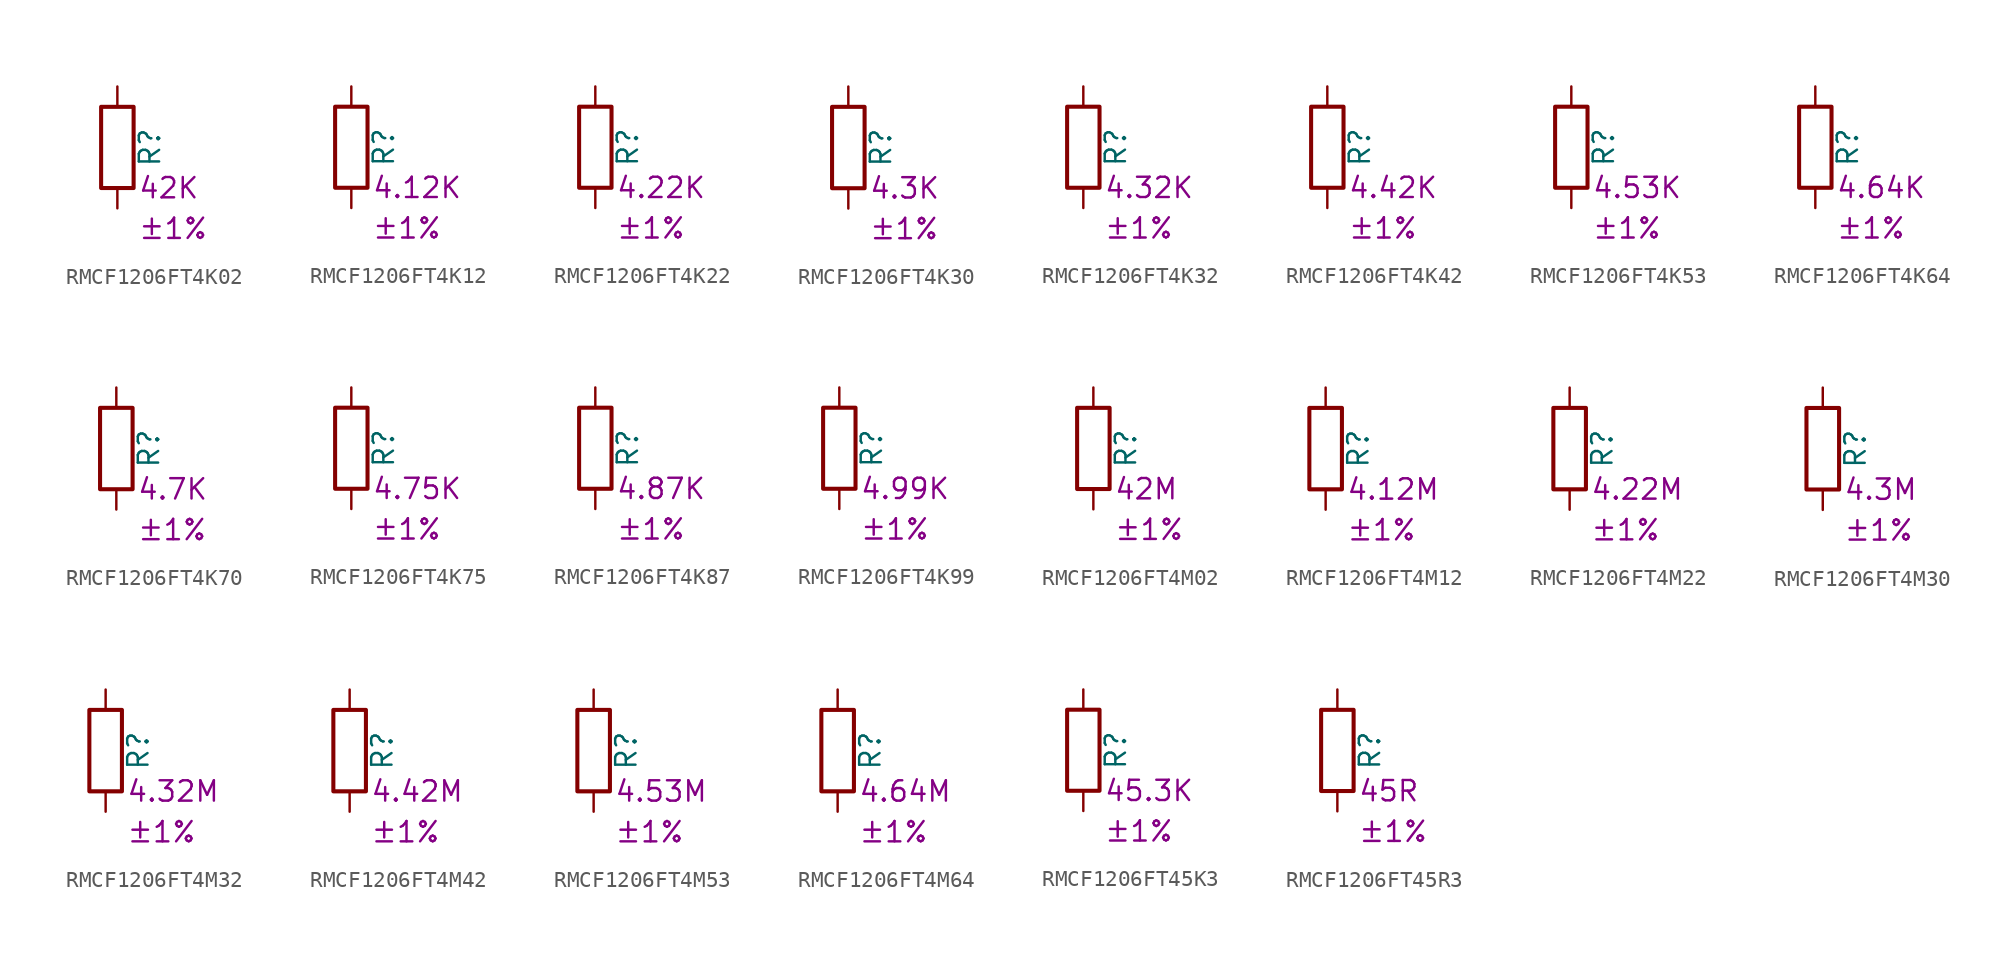
<source format=kicad_sym>
(kicad_symbol_lib
  (version 20220914)
  (generator kicad_symbol_editor)
  (symbol "RMCF1206FT4K02"
    (pin_numbers hide)
    (pin_names
      (offset 0))
    (property "Reference" "R"
      (at 2.032 0 90)
      (effects (font (size 1.27 1.27))))
    (property "Resistance" "42K"
      (at 1.27 -2.54 0)
      (effects (font (size 1.27 1.27)) (justify left)))
    (property "Tolerance" "±1%"
      (at 1.27 -5.08 0)
      (effects (font (size 1.27 1.27)) (justify left)))
    (symbol "RMCF1206FT4K02_0_1"
      (rectangle (start -1.016 -2.54) (end 1.016 2.54) (stroke (width 0.254) (type default)) (fill (type none))))
    (symbol "RMCF1206FT4K02_1_1"
      (pin passive line (at 0 3.81 270) (length 1.27) (name "~" (effects (font (size 1.27 1.27)))) (number "1" (effects (font (size 1.27 1.27)))))
      (pin passive line (at 0 -3.81 90) (length 1.27) (name "~" (effects (font (size 1.27 1.27)))) (number "2" (effects (font (size 1.27 1.27)))))))
  (symbol "RMCF1206FT4K12"
    (pin_numbers hide)
    (pin_names
      (offset 0))
    (property "Reference" "R"
      (at 2.032 0 90)
      (effects (font (size 1.27 1.27))))
    (property "Resistance" "4.12K"
      (at 1.27 -2.54 0)
      (effects (font (size 1.27 1.27)) (justify left)))
    (property "Tolerance" "±1%"
      (at 1.27 -5.08 0)
      (effects (font (size 1.27 1.27)) (justify left)))
    (symbol "RMCF1206FT4K12_0_1"
      (rectangle (start -1.016 -2.54) (end 1.016 2.54) (stroke (width 0.254) (type default)) (fill (type none))))
    (symbol "RMCF1206FT4K12_1_1"
      (pin passive line (at 0 3.81 270) (length 1.27) (name "~" (effects (font (size 1.27 1.27)))) (number "1" (effects (font (size 1.27 1.27)))))
      (pin passive line (at 0 -3.81 90) (length 1.27) (name "~" (effects (font (size 1.27 1.27)))) (number "2" (effects (font (size 1.27 1.27)))))))
  (symbol "RMCF1206FT4K22"
    (pin_numbers hide)
    (pin_names
      (offset 0))
    (property "Reference" "R"
      (at 2.032 0 90)
      (effects (font (size 1.27 1.27))))
    (property "Resistance" "4.22K"
      (at 1.27 -2.54 0)
      (effects (font (size 1.27 1.27)) (justify left)))
    (property "Tolerance" "±1%"
      (at 1.27 -5.08 0)
      (effects (font (size 1.27 1.27)) (justify left)))
    (symbol "RMCF1206FT4K22_0_1"
      (rectangle (start -1.016 -2.54) (end 1.016 2.54) (stroke (width 0.254) (type default)) (fill (type none))))
    (symbol "RMCF1206FT4K22_1_1"
      (pin passive line (at 0 3.81 270) (length 1.27) (name "~" (effects (font (size 1.27 1.27)))) (number "1" (effects (font (size 1.27 1.27)))))
      (pin passive line (at 0 -3.81 90) (length 1.27) (name "~" (effects (font (size 1.27 1.27)))) (number "2" (effects (font (size 1.27 1.27)))))))
  (symbol "RMCF1206FT4K30"
    (pin_numbers hide)
    (pin_names
      (offset 0))
    (property "Reference" "R"
      (at 2.032 0 90)
      (effects (font (size 1.27 1.27))))
    (property "Resistance" "4.3K"
      (at 1.27 -2.54 0)
      (effects (font (size 1.27 1.27)) (justify left)))
    (property "Tolerance" "±1%"
      (at 1.27 -5.08 0)
      (effects (font (size 1.27 1.27)) (justify left)))
    (symbol "RMCF1206FT4K30_0_1"
      (rectangle (start -1.016 -2.54) (end 1.016 2.54) (stroke (width 0.254) (type default)) (fill (type none))))
    (symbol "RMCF1206FT4K30_1_1"
      (pin passive line (at 0 3.81 270) (length 1.27) (name "~" (effects (font (size 1.27 1.27)))) (number "1" (effects (font (size 1.27 1.27)))))
      (pin passive line (at 0 -3.81 90) (length 1.27) (name "~" (effects (font (size 1.27 1.27)))) (number "2" (effects (font (size 1.27 1.27)))))))
  (symbol "RMCF1206FT4K32"
    (pin_numbers hide)
    (pin_names
      (offset 0))
    (property "Reference" "R"
      (at 2.032 0 90)
      (effects (font (size 1.27 1.27))))
    (property "Resistance" "4.32K"
      (at 1.27 -2.54 0)
      (effects (font (size 1.27 1.27)) (justify left)))
    (property "Tolerance" "±1%"
      (at 1.27 -5.08 0)
      (effects (font (size 1.27 1.27)) (justify left)))
    (symbol "RMCF1206FT4K32_0_1"
      (rectangle (start -1.016 -2.54) (end 1.016 2.54) (stroke (width 0.254) (type default)) (fill (type none))))
    (symbol "RMCF1206FT4K32_1_1"
      (pin passive line (at 0 3.81 270) (length 1.27) (name "~" (effects (font (size 1.27 1.27)))) (number "1" (effects (font (size 1.27 1.27)))))
      (pin passive line (at 0 -3.81 90) (length 1.27) (name "~" (effects (font (size 1.27 1.27)))) (number "2" (effects (font (size 1.27 1.27)))))))
  (symbol "RMCF1206FT4K42"
    (pin_numbers hide)
    (pin_names
      (offset 0))
    (property "Reference" "R"
      (at 2.032 0 90)
      (effects (font (size 1.27 1.27))))
    (property "Resistance" "4.42K"
      (at 1.27 -2.54 0)
      (effects (font (size 1.27 1.27)) (justify left)))
    (property "Tolerance" "±1%"
      (at 1.27 -5.08 0)
      (effects (font (size 1.27 1.27)) (justify left)))
    (symbol "RMCF1206FT4K42_0_1"
      (rectangle (start -1.016 -2.54) (end 1.016 2.54) (stroke (width 0.254) (type default)) (fill (type none))))
    (symbol "RMCF1206FT4K42_1_1"
      (pin passive line (at 0 3.81 270) (length 1.27) (name "~" (effects (font (size 1.27 1.27)))) (number "1" (effects (font (size 1.27 1.27)))))
      (pin passive line (at 0 -3.81 90) (length 1.27) (name "~" (effects (font (size 1.27 1.27)))) (number "2" (effects (font (size 1.27 1.27)))))))
  (symbol "RMCF1206FT4K53"
    (pin_numbers hide)
    (pin_names
      (offset 0))
    (property "Reference" "R"
      (at 2.032 0 90)
      (effects (font (size 1.27 1.27))))
    (property "Resistance" "4.53K"
      (at 1.27 -2.54 0)
      (effects (font (size 1.27 1.27)) (justify left)))
    (property "Tolerance" "±1%"
      (at 1.27 -5.08 0)
      (effects (font (size 1.27 1.27)) (justify left)))
    (symbol "RMCF1206FT4K53_0_1"
      (rectangle (start -1.016 -2.54) (end 1.016 2.54) (stroke (width 0.254) (type default)) (fill (type none))))
    (symbol "RMCF1206FT4K53_1_1"
      (pin passive line (at 0 3.81 270) (length 1.27) (name "~" (effects (font (size 1.27 1.27)))) (number "1" (effects (font (size 1.27 1.27)))))
      (pin passive line (at 0 -3.81 90) (length 1.27) (name "~" (effects (font (size 1.27 1.27)))) (number "2" (effects (font (size 1.27 1.27)))))))
  (symbol "RMCF1206FT4K64"
    (pin_numbers hide)
    (pin_names
      (offset 0))
    (property "Reference" "R"
      (at 2.032 0 90)
      (effects (font (size 1.27 1.27))))
    (property "Resistance" "4.64K"
      (at 1.27 -2.54 0)
      (effects (font (size 1.27 1.27)) (justify left)))
    (property "Tolerance" "±1%"
      (at 1.27 -5.08 0)
      (effects (font (size 1.27 1.27)) (justify left)))
    (symbol "RMCF1206FT4K64_0_1"
      (rectangle (start -1.016 -2.54) (end 1.016 2.54) (stroke (width 0.254) (type default)) (fill (type none))))
    (symbol "RMCF1206FT4K64_1_1"
      (pin passive line (at 0 3.81 270) (length 1.27) (name "~" (effects (font (size 1.27 1.27)))) (number "1" (effects (font (size 1.27 1.27)))))
      (pin passive line (at 0 -3.81 90) (length 1.27) (name "~" (effects (font (size 1.27 1.27)))) (number "2" (effects (font (size 1.27 1.27)))))))
  (symbol "RMCF1206FT4K70"
    (pin_numbers hide)
    (pin_names
      (offset 0))
    (property "Reference" "R"
      (at 2.032 0 90)
      (effects (font (size 1.27 1.27))))
    (property "Resistance" "4.7K"
      (at 1.27 -2.54 0)
      (effects (font (size 1.27 1.27)) (justify left)))
    (property "Tolerance" "±1%"
      (at 1.27 -5.08 0)
      (effects (font (size 1.27 1.27)) (justify left)))
    (symbol "RMCF1206FT4K70_0_1"
      (rectangle (start -1.016 -2.54) (end 1.016 2.54) (stroke (width 0.254) (type default)) (fill (type none))))
    (symbol "RMCF1206FT4K70_1_1"
      (pin passive line (at 0 3.81 270) (length 1.27) (name "~" (effects (font (size 1.27 1.27)))) (number "1" (effects (font (size 1.27 1.27)))))
      (pin passive line (at 0 -3.81 90) (length 1.27) (name "~" (effects (font (size 1.27 1.27)))) (number "2" (effects (font (size 1.27 1.27)))))))
  (symbol "RMCF1206FT4K75"
    (pin_numbers hide)
    (pin_names
      (offset 0))
    (property "Reference" "R"
      (at 2.032 0 90)
      (effects (font (size 1.27 1.27))))
    (property "Resistance" "4.75K"
      (at 1.27 -2.54 0)
      (effects (font (size 1.27 1.27)) (justify left)))
    (property "Tolerance" "±1%"
      (at 1.27 -5.08 0)
      (effects (font (size 1.27 1.27)) (justify left)))
    (symbol "RMCF1206FT4K75_0_1"
      (rectangle (start -1.016 -2.54) (end 1.016 2.54) (stroke (width 0.254) (type default)) (fill (type none))))
    (symbol "RMCF1206FT4K75_1_1"
      (pin passive line (at 0 3.81 270) (length 1.27) (name "~" (effects (font (size 1.27 1.27)))) (number "1" (effects (font (size 1.27 1.27)))))
      (pin passive line (at 0 -3.81 90) (length 1.27) (name "~" (effects (font (size 1.27 1.27)))) (number "2" (effects (font (size 1.27 1.27)))))))
  (symbol "RMCF1206FT4K87"
    (pin_numbers hide)
    (pin_names
      (offset 0))
    (property "Reference" "R"
      (at 2.032 0 90)
      (effects (font (size 1.27 1.27))))
    (property "Resistance" "4.87K"
      (at 1.27 -2.54 0)
      (effects (font (size 1.27 1.27)) (justify left)))
    (property "Tolerance" "±1%"
      (at 1.27 -5.08 0)
      (effects (font (size 1.27 1.27)) (justify left)))
    (symbol "RMCF1206FT4K87_0_1"
      (rectangle (start -1.016 -2.54) (end 1.016 2.54) (stroke (width 0.254) (type default)) (fill (type none))))
    (symbol "RMCF1206FT4K87_1_1"
      (pin passive line (at 0 3.81 270) (length 1.27) (name "~" (effects (font (size 1.27 1.27)))) (number "1" (effects (font (size 1.27 1.27)))))
      (pin passive line (at 0 -3.81 90) (length 1.27) (name "~" (effects (font (size 1.27 1.27)))) (number "2" (effects (font (size 1.27 1.27)))))))
  (symbol "RMCF1206FT4K99"
    (pin_numbers hide)
    (pin_names
      (offset 0))
    (property "Reference" "R"
      (at 2.032 0 90)
      (effects (font (size 1.27 1.27))))
    (property "Resistance" "4.99K"
      (at 1.27 -2.54 0)
      (effects (font (size 1.27 1.27)) (justify left)))
    (property "Tolerance" "±1%"
      (at 1.27 -5.08 0)
      (effects (font (size 1.27 1.27)) (justify left)))
    (symbol "RMCF1206FT4K99_0_1"
      (rectangle (start -1.016 -2.54) (end 1.016 2.54) (stroke (width 0.254) (type default)) (fill (type none))))
    (symbol "RMCF1206FT4K99_1_1"
      (pin passive line (at 0 3.81 270) (length 1.27) (name "~" (effects (font (size 1.27 1.27)))) (number "1" (effects (font (size 1.27 1.27)))))
      (pin passive line (at 0 -3.81 90) (length 1.27) (name "~" (effects (font (size 1.27 1.27)))) (number "2" (effects (font (size 1.27 1.27)))))))
  (symbol "RMCF1206FT4M02"
    (pin_numbers hide)
    (pin_names
      (offset 0))
    (property "Reference" "R"
      (at 2.032 0 90)
      (effects (font (size 1.27 1.27))))
    (property "Resistance" "42M"
      (at 1.27 -2.54 0)
      (effects (font (size 1.27 1.27)) (justify left)))
    (property "Tolerance" "±1%"
      (at 1.27 -5.08 0)
      (effects (font (size 1.27 1.27)) (justify left)))
    (symbol "RMCF1206FT4M02_0_1"
      (rectangle (start -1.016 -2.54) (end 1.016 2.54) (stroke (width 0.254) (type default)) (fill (type none))))
    (symbol "RMCF1206FT4M02_1_1"
      (pin passive line (at 0 3.81 270) (length 1.27) (name "~" (effects (font (size 1.27 1.27)))) (number "1" (effects (font (size 1.27 1.27)))))
      (pin passive line (at 0 -3.81 90) (length 1.27) (name "~" (effects (font (size 1.27 1.27)))) (number "2" (effects (font (size 1.27 1.27)))))))
  (symbol "RMCF1206FT4M12"
    (pin_numbers hide)
    (pin_names
      (offset 0))
    (property "Reference" "R"
      (at 2.032 0 90)
      (effects (font (size 1.27 1.27))))
    (property "Resistance" "4.12M"
      (at 1.27 -2.54 0)
      (effects (font (size 1.27 1.27)) (justify left)))
    (property "Tolerance" "±1%"
      (at 1.27 -5.08 0)
      (effects (font (size 1.27 1.27)) (justify left)))
    (symbol "RMCF1206FT4M12_0_1"
      (rectangle (start -1.016 -2.54) (end 1.016 2.54) (stroke (width 0.254) (type default)) (fill (type none))))
    (symbol "RMCF1206FT4M12_1_1"
      (pin passive line (at 0 3.81 270) (length 1.27) (name "~" (effects (font (size 1.27 1.27)))) (number "1" (effects (font (size 1.27 1.27)))))
      (pin passive line (at 0 -3.81 90) (length 1.27) (name "~" (effects (font (size 1.27 1.27)))) (number "2" (effects (font (size 1.27 1.27)))))))
  (symbol "RMCF1206FT4M22"
    (pin_numbers hide)
    (pin_names
      (offset 0))
    (property "Reference" "R"
      (at 2.032 0 90)
      (effects (font (size 1.27 1.27))))
    (property "Resistance" "4.22M"
      (at 1.27 -2.54 0)
      (effects (font (size 1.27 1.27)) (justify left)))
    (property "Tolerance" "±1%"
      (at 1.27 -5.08 0)
      (effects (font (size 1.27 1.27)) (justify left)))
    (symbol "RMCF1206FT4M22_0_1"
      (rectangle (start -1.016 -2.54) (end 1.016 2.54) (stroke (width 0.254) (type default)) (fill (type none))))
    (symbol "RMCF1206FT4M22_1_1"
      (pin passive line (at 0 3.81 270) (length 1.27) (name "~" (effects (font (size 1.27 1.27)))) (number "1" (effects (font (size 1.27 1.27)))))
      (pin passive line (at 0 -3.81 90) (length 1.27) (name "~" (effects (font (size 1.27 1.27)))) (number "2" (effects (font (size 1.27 1.27)))))))
  (symbol "RMCF1206FT4M30"
    (pin_numbers hide)
    (pin_names
      (offset 0))
    (property "Reference" "R"
      (at 2.032 0 90)
      (effects (font (size 1.27 1.27))))
    (property "Resistance" "4.3M"
      (at 1.27 -2.54 0)
      (effects (font (size 1.27 1.27)) (justify left)))
    (property "Tolerance" "±1%"
      (at 1.27 -5.08 0)
      (effects (font (size 1.27 1.27)) (justify left)))
    (symbol "RMCF1206FT4M30_0_1"
      (rectangle (start -1.016 -2.54) (end 1.016 2.54) (stroke (width 0.254) (type default)) (fill (type none))))
    (symbol "RMCF1206FT4M30_1_1"
      (pin passive line (at 0 3.81 270) (length 1.27) (name "~" (effects (font (size 1.27 1.27)))) (number "1" (effects (font (size 1.27 1.27)))))
      (pin passive line (at 0 -3.81 90) (length 1.27) (name "~" (effects (font (size 1.27 1.27)))) (number "2" (effects (font (size 1.27 1.27)))))))
  (symbol "RMCF1206FT4M32"
    (pin_numbers hide)
    (pin_names
      (offset 0))
    (property "Reference" "R"
      (at 2.032 0 90)
      (effects (font (size 1.27 1.27))))
    (property "Resistance" "4.32M"
      (at 1.27 -2.54 0)
      (effects (font (size 1.27 1.27)) (justify left)))
    (property "Tolerance" "±1%"
      (at 1.27 -5.08 0)
      (effects (font (size 1.27 1.27)) (justify left)))
    (symbol "RMCF1206FT4M32_0_1"
      (rectangle (start -1.016 -2.54) (end 1.016 2.54) (stroke (width 0.254) (type default)) (fill (type none))))
    (symbol "RMCF1206FT4M32_1_1"
      (pin passive line (at 0 3.81 270) (length 1.27) (name "~" (effects (font (size 1.27 1.27)))) (number "1" (effects (font (size 1.27 1.27)))))
      (pin passive line (at 0 -3.81 90) (length 1.27) (name "~" (effects (font (size 1.27 1.27)))) (number "2" (effects (font (size 1.27 1.27)))))))
  (symbol "RMCF1206FT4M42"
    (pin_numbers hide)
    (pin_names
      (offset 0))
    (property "Reference" "R"
      (at 2.032 0 90)
      (effects (font (size 1.27 1.27))))
    (property "Resistance" "4.42M"
      (at 1.27 -2.54 0)
      (effects (font (size 1.27 1.27)) (justify left)))
    (property "Tolerance" "±1%"
      (at 1.27 -5.08 0)
      (effects (font (size 1.27 1.27)) (justify left)))
    (symbol "RMCF1206FT4M42_0_1"
      (rectangle (start -1.016 -2.54) (end 1.016 2.54) (stroke (width 0.254) (type default)) (fill (type none))))
    (symbol "RMCF1206FT4M42_1_1"
      (pin passive line (at 0 3.81 270) (length 1.27) (name "~" (effects (font (size 1.27 1.27)))) (number "1" (effects (font (size 1.27 1.27)))))
      (pin passive line (at 0 -3.81 90) (length 1.27) (name "~" (effects (font (size 1.27 1.27)))) (number "2" (effects (font (size 1.27 1.27)))))))
  (symbol "RMCF1206FT4M53"
    (pin_numbers hide)
    (pin_names
      (offset 0))
    (property "Reference" "R"
      (at 2.032 0 90)
      (effects (font (size 1.27 1.27))))
    (property "Resistance" "4.53M"
      (at 1.27 -2.54 0)
      (effects (font (size 1.27 1.27)) (justify left)))
    (property "Tolerance" "±1%"
      (at 1.27 -5.08 0)
      (effects (font (size 1.27 1.27)) (justify left)))
    (symbol "RMCF1206FT4M53_0_1"
      (rectangle (start -1.016 -2.54) (end 1.016 2.54) (stroke (width 0.254) (type default)) (fill (type none))))
    (symbol "RMCF1206FT4M53_1_1"
      (pin passive line (at 0 3.81 270) (length 1.27) (name "~" (effects (font (size 1.27 1.27)))) (number "1" (effects (font (size 1.27 1.27)))))
      (pin passive line (at 0 -3.81 90) (length 1.27) (name "~" (effects (font (size 1.27 1.27)))) (number "2" (effects (font (size 1.27 1.27)))))))
  (symbol "RMCF1206FT4M64"
    (pin_numbers hide)
    (pin_names
      (offset 0))
    (property "Reference" "R"
      (at 2.032 0 90)
      (effects (font (size 1.27 1.27))))
    (property "Resistance" "4.64M"
      (at 1.27 -2.54 0)
      (effects (font (size 1.27 1.27)) (justify left)))
    (property "Tolerance" "±1%"
      (at 1.27 -5.08 0)
      (effects (font (size 1.27 1.27)) (justify left)))
    (symbol "RMCF1206FT4M64_0_1"
      (rectangle (start -1.016 -2.54) (end 1.016 2.54) (stroke (width 0.254) (type default)) (fill (type none))))
    (symbol "RMCF1206FT4M64_1_1"
      (pin passive line (at 0 3.81 270) (length 1.27) (name "~" (effects (font (size 1.27 1.27)))) (number "1" (effects (font (size 1.27 1.27)))))
      (pin passive line (at 0 -3.81 90) (length 1.27) (name "~" (effects (font (size 1.27 1.27)))) (number "2" (effects (font (size 1.27 1.27)))))))
  (symbol "RMCF1206FT45K3"
    (pin_numbers hide)
    (pin_names
      (offset 0))
    (property "Reference" "R"
      (at 2.032 0 90)
      (effects (font (size 1.27 1.27))))
    (property "Resistance" "45.3K"
      (at 1.27 -2.54 0)
      (effects (font (size 1.27 1.27)) (justify left)))
    (property "Tolerance" "±1%"
      (at 1.27 -5.08 0)
      (effects (font (size 1.27 1.27)) (justify left)))
    (symbol "RMCF1206FT45K3_0_1"
      (rectangle (start -1.016 -2.54) (end 1.016 2.54) (stroke (width 0.254) (type default)) (fill (type none))))
    (symbol "RMCF1206FT45K3_1_1"
      (pin passive line (at 0 3.81 270) (length 1.27) (name "~" (effects (font (size 1.27 1.27)))) (number "1" (effects (font (size 1.27 1.27)))))
      (pin passive line (at 0 -3.81 90) (length 1.27) (name "~" (effects (font (size 1.27 1.27)))) (number "2" (effects (font (size 1.27 1.27)))))))
  (symbol "RMCF1206FT45R3"
    (pin_numbers hide)
    (pin_names
      (offset 0))
    (property "Reference" "R"
      (at 2.032 0 90)
      (effects (font (size 1.27 1.27))))
    (property "Resistance" "45R"
      (at 1.27 -2.54 0)
      (effects (font (size 1.27 1.27)) (justify left)))
    (property "Tolerance" "±1%"
      (at 1.27 -5.08 0)
      (effects (font (size 1.27 1.27)) (justify left)))
    (symbol "RMCF1206FT45R3_0_1"
      (rectangle (start -1.016 -2.54) (end 1.016 2.54) (stroke (width 0.254) (type default)) (fill (type none))))
    (symbol "RMCF1206FT45R3_1_1"
      (pin passive line (at 0 3.81 270) (length 1.27) (name "~" (effects (font (size 1.27 1.27)))) (number "1" (effects (font (size 1.27 1.27)))))
      (pin passive line (at 0 -3.81 90) (length 1.27) (name "~" (effects (font (size 1.27 1.27)))) (number "2" (effects (font (size 1.27 1.27))))))))
</source>
